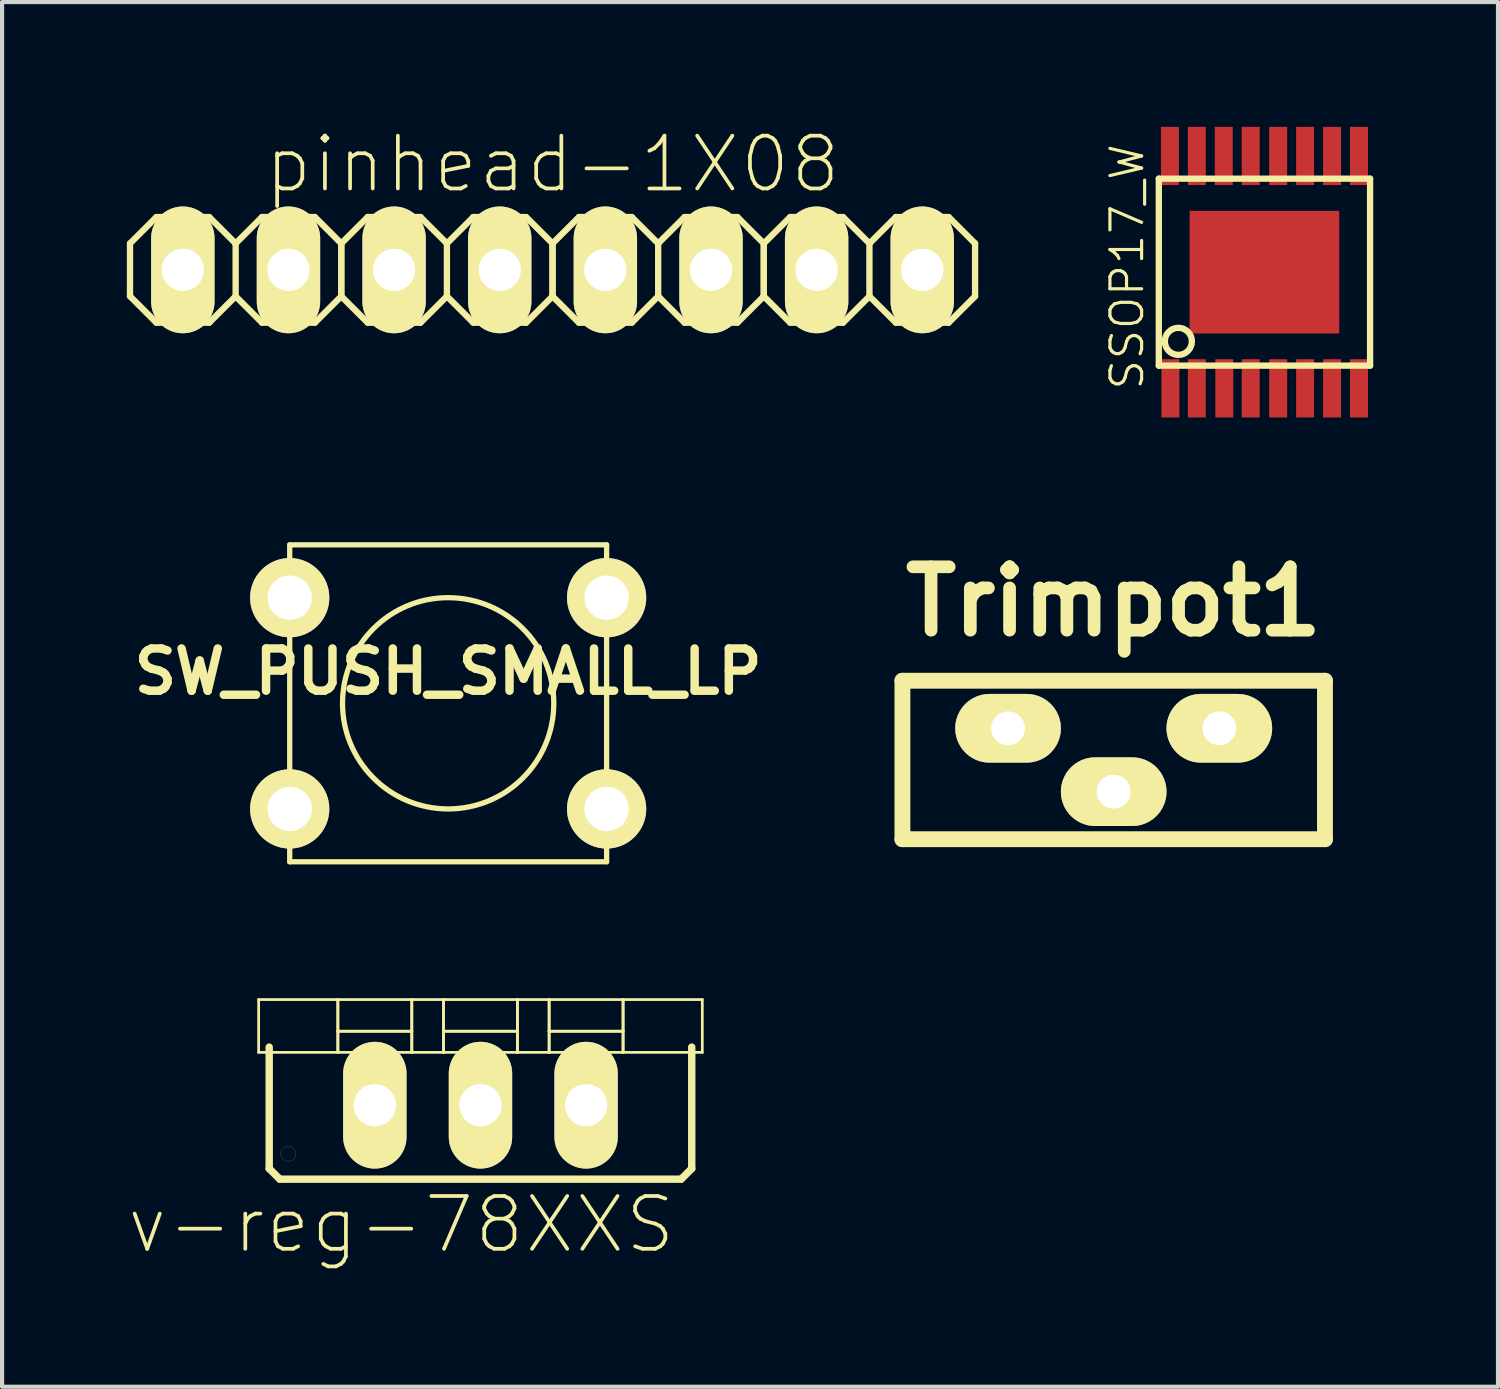
<source format=kicad_pcb>
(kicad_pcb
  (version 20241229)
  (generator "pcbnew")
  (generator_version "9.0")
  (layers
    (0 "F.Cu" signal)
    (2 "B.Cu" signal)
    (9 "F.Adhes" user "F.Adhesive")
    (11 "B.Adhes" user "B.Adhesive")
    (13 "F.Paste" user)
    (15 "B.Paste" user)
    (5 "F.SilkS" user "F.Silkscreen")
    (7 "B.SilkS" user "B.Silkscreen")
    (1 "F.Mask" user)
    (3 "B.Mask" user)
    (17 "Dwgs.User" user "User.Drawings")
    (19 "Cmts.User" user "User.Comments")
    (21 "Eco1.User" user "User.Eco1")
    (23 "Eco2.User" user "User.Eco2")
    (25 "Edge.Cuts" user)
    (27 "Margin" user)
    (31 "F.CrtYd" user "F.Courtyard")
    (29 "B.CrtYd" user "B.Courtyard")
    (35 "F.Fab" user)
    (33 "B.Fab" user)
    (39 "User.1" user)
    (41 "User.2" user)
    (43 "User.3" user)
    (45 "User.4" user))
  (footprint "SSOP17_W"
    (layer "F.Cu")
    (at 27.354 3.494)
    (property "Reference" "SSOP17_W" (at -3.302 -0.127 90) (layer "F.SilkS") (effects (font (size 0.762 0.762) (thickness 0.076))))
    (attr smd)
    (fp_line (start -2.54 -2.248) (end -2.54 2.248) (stroke (width 0.152) (type solid)) (layer "F.SilkS"))
    (fp_line (start -2.54 2.248) (end 2.54 2.248) (stroke (width 0.152) (type solid)) (layer "F.SilkS"))
    (fp_line (start 2.54 -2.248) (end -2.54 -2.248) (stroke (width 0.152) (type solid)) (layer "F.SilkS"))
    (fp_line (start 2.54 2.248) (end 2.54 -2.248) (stroke (width 0.152) (type solid)) (layer "F.SilkS"))
    (fp_circle (center -2.07 1.664) (end -2.273 1.918) (stroke (width 0.152) (type solid)) (fill no) (layer "F.SilkS"))
    (pad "1" smd rect (at -2.261 2.794) (size 0.432 1.4) (layers "F.Cu" "F.Mask" "F.Paste"))
    (pad "2" smd rect (at -1.626 2.794) (size 0.432 1.4) (layers "F.Cu" "F.Mask" "F.Paste"))
    (pad "3" smd rect (at -0.965 2.794) (size 0.432 1.4) (layers "F.Cu" "F.Mask" "F.Paste"))
    (pad "4" smd rect (at -0.33 2.794) (size 0.432 1.4) (layers "F.Cu" "F.Mask" "F.Paste"))
    (pad "5" smd rect (at 0.33 2.794) (size 0.432 1.4) (layers "F.Cu" "F.Mask" "F.Paste"))
    (pad "6" smd rect (at 0.978 2.794) (size 0.432 1.4) (layers "F.Cu" "F.Mask" "F.Paste"))
    (pad "7" smd rect (at 1.626 2.794) (size 0.432 1.4) (layers "F.Cu" "F.Mask" "F.Paste"))
    (pad "8" smd rect (at 2.273 2.794) (size 0.432 1.4) (layers "F.Cu" "F.Mask" "F.Paste"))
    (pad "9" smd rect (at 2.273 -2.794) (size 0.432 1.4) (layers "F.Cu" "F.Mask" "F.Paste"))
    (pad "10" smd rect (at 1.626 -2.794) (size 0.432 1.4) (layers "F.Cu" "F.Mask" "F.Paste"))
    (pad "11" smd rect (at 0.978 -2.794) (size 0.432 1.4) (layers "F.Cu" "F.Mask" "F.Paste"))
    (pad "12" smd rect (at 0.33 -2.794) (size 0.432 1.4) (layers "F.Cu" "F.Mask" "F.Paste"))
    (pad "13" smd rect (at -0.33 -2.794) (size 0.432 1.4) (layers "F.Cu" "F.Mask" "F.Paste"))
    (pad "14" smd rect (at -0.978 -2.794) (size 0.432 1.4) (layers "F.Cu" "F.Mask" "F.Paste"))
    (pad "15" smd rect (at -1.626 -2.794) (size 0.432 1.4) (layers "F.Cu" "F.Mask" "F.Paste"))
    (pad "16" smd rect (at -2.273 -2.794) (size 0.432 1.4) (layers "F.Cu" "F.Mask" "F.Paste"))
    (pad "17" smd rect (at 0 0) (size 3.599 2.949) (layers "F.Cu" "F.Mask" "F.Paste")))
  (footprint "SW_PUSH_SMALL_LP"
    (layer "F.Cu")
    (at 7.726 13.861)
    (property "Reference" "SW_PUSH_SMALL_LP" (at 0 -0.762 0) (layer "F.SilkS") (effects (font (size 1.016 1.016) (thickness 0.203))))
    (attr through_hole)
    (fp_line (start -3.81 -3.81) (end -3.81 3.81) (stroke (width 0.127) (type solid)) (layer "F.SilkS"))
    (fp_line (start -3.81 -3.81) (end 3.81 -3.81) (stroke (width 0.127) (type solid)) (layer "F.SilkS"))
    (fp_line (start 3.81 -3.81) (end 3.81 3.81) (stroke (width 0.127) (type solid)) (layer "F.SilkS"))
    (fp_line (start 3.81 3.81) (end -3.81 3.81) (stroke (width 0.127) (type solid)) (layer "F.SilkS"))
    (fp_circle (center 0 0) (end 0 -2.54) (stroke (width 0.127) (type solid)) (fill no) (layer "F.SilkS"))
    (pad "1" thru_hole circle (at -3.81 -2.54) (size 1.905 1.905) (drill 1.067) (layers "*.Cu" "*.Mask" "F.SilkS"))
    (pad "1" thru_hole circle (at 3.81 -2.54) (size 1.905 1.905) (drill 1.067) (layers "*.Cu" "*.Mask" "F.SilkS"))
    (pad "2" thru_hole circle (at -3.81 2.54) (size 1.905 1.905) (drill 1.067) (layers "*.Cu" "*.Mask" "F.SilkS"))
    (pad "2" thru_hole circle (at 3.81 2.54) (size 1.905 1.905) (drill 1.067) (layers "*.Cu" "*.Mask" "F.SilkS")))
  (footprint "Trimpot1"
    (layer "F.Cu")
    (at 23.729 15.224)
    (property "Reference" "Trimpot1" (at 0 -3.81 0) (layer "F.SilkS") (effects (font (size 1.524 1.524) (thickness 0.305))))
    (attr through_hole)
    (fp_line (start -5.08 -1.905) (end 5.08 -1.905) (stroke (width 0.381) (type solid)) (layer "F.SilkS"))
    (fp_line (start -5.08 1.905) (end -5.08 -1.905) (stroke (width 0.381) (type solid)) (layer "F.SilkS"))
    (fp_line (start 5.08 -1.905) (end 5.08 1.905) (stroke (width 0.381) (type solid)) (layer "F.SilkS"))
    (fp_line (start 5.08 1.905) (end -5.08 1.905) (stroke (width 0.381) (type solid)) (layer "F.SilkS"))
    (pad "1" thru_hole oval (at -2.54 -0.762) (size 2.54 1.651) (drill 0.813) (layers "*.Cu" "*.Mask" "F.SilkS"))
    (pad "2" thru_hole oval (at 0 0.762) (size 2.54 1.651) (drill 0.813) (layers "*.Cu" "*.Mask" "F.SilkS"))
    (pad "3" thru_hole oval (at 2.54 -0.762) (size 2.54 1.651) (drill 0.813) (layers "*.Cu" "*.Mask" "F.SilkS")))
  (footprint "v-reg-78XXS"
    (layer "F.Cu")
    (at 8.503 20.985)
    (property "Reference" "v-reg-78XXS" (at -1.905 5.41 0) (layer "F.SilkS") (effects (font (size 1.27 1.27) (thickness 0.089))))
    (attr exclude_from_pos_files exclude_from_bom)
    (fp_line (start -5.334 0) (end -3.429 0) (stroke (width 0.066) (type solid)) (layer "F.SilkS"))
    (fp_line (start -5.334 1.27) (end -5.334 0) (stroke (width 0.066) (type solid)) (layer "F.SilkS"))
    (fp_line (start -5.334 1.27) (end -3.429 1.27) (stroke (width 0.066) (type solid)) (layer "F.SilkS"))
    (fp_line (start -5.08 4.064) (end -5.08 1.143) (stroke (width 0.178) (type solid)) (layer "F.SilkS"))
    (fp_line (start -5.08 4.064) (end -4.826 4.318) (stroke (width 0.178) (type solid)) (layer "F.SilkS"))
    (fp_line (start -3.429 0) (end -1.651 0) (stroke (width 0.066) (type solid)) (layer "F.SilkS"))
    (fp_line (start -3.429 0.762) (end -3.429 0) (stroke (width 0.066) (type solid)) (layer "F.SilkS"))
    (fp_line (start -3.429 0.762) (end -1.651 0.762) (stroke (width 0.066) (type solid)) (layer "F.SilkS"))
    (fp_line (start -3.429 0.762) (end -1.651 0.762) (stroke (width 0.066) (type solid)) (layer "F.SilkS"))
    (fp_line (start -3.429 1.27) (end -3.429 0) (stroke (width 0.066) (type solid)) (layer "F.SilkS"))
    (fp_line (start -3.429 1.27) (end -3.429 0.762) (stroke (width 0.066) (type solid)) (layer "F.SilkS"))
    (fp_line (start -3.429 1.27) (end -1.651 1.27) (stroke (width 0.066) (type solid)) (layer "F.SilkS"))
    (fp_line (start -1.651 0) (end -0.889 0) (stroke (width 0.066) (type solid)) (layer "F.SilkS"))
    (fp_line (start -1.651 0.762) (end -1.651 0) (stroke (width 0.066) (type solid)) (layer "F.SilkS"))
    (fp_line (start -1.651 1.27) (end -1.651 0) (stroke (width 0.066) (type solid)) (layer "F.SilkS"))
    (fp_line (start -1.651 1.27) (end -1.651 0.762) (stroke (width 0.066) (type solid)) (layer "F.SilkS"))
    (fp_line (start -1.651 1.27) (end -0.889 1.27) (stroke (width 0.066) (type solid)) (layer "F.SilkS"))
    (fp_line (start -0.889 0) (end 0.889 0) (stroke (width 0.066) (type solid)) (layer "F.SilkS"))
    (fp_line (start -0.889 0.762) (end -0.889 0) (stroke (width 0.066) (type solid)) (layer "F.SilkS"))
    (fp_line (start -0.889 0.762) (end 0.889 0.762) (stroke (width 0.066) (type solid)) (layer "F.SilkS"))
    (fp_line (start -0.889 0.762) (end 0.889 0.762) (stroke (width 0.066) (type solid)) (layer "F.SilkS"))
    (fp_line (start -0.889 1.27) (end -0.889 0) (stroke (width 0.066) (type solid)) (layer "F.SilkS"))
    (fp_line (start -0.889 1.27) (end -0.889 0.762) (stroke (width 0.066) (type solid)) (layer "F.SilkS"))
    (fp_line (start -0.889 1.27) (end 0.889 1.27) (stroke (width 0.066) (type solid)) (layer "F.SilkS"))
    (fp_line (start 0.889 0) (end 1.651 0) (stroke (width 0.066) (type solid)) (layer "F.SilkS"))
    (fp_line (start 0.889 0.762) (end 0.889 0) (stroke (width 0.066) (type solid)) (layer "F.SilkS"))
    (fp_line (start 0.889 1.27) (end 0.889 0) (stroke (width 0.066) (type solid)) (layer "F.SilkS"))
    (fp_line (start 0.889 1.27) (end 0.889 0.762) (stroke (width 0.066) (type solid)) (layer "F.SilkS"))
    (fp_line (start 0.889 1.27) (end 1.651 1.27) (stroke (width 0.066) (type solid)) (layer "F.SilkS"))
    (fp_line (start 1.651 0) (end 3.429 0) (stroke (width 0.066) (type solid)) (layer "F.SilkS"))
    (fp_line (start 1.651 0.762) (end 1.651 0) (stroke (width 0.066) (type solid)) (layer "F.SilkS"))
    (fp_line (start 1.651 0.762) (end 3.429 0.762) (stroke (width 0.066) (type solid)) (layer "F.SilkS"))
    (fp_line (start 1.651 0.762) (end 3.429 0.762) (stroke (width 0.066) (type solid)) (layer "F.SilkS"))
    (fp_line (start 1.651 1.27) (end 1.651 0) (stroke (width 0.066) (type solid)) (layer "F.SilkS"))
    (fp_line (start 1.651 1.27) (end 1.651 0.762) (stroke (width 0.066) (type solid)) (layer "F.SilkS"))
    (fp_line (start 1.651 1.27) (end 3.429 1.27) (stroke (width 0.066) (type solid)) (layer "F.SilkS"))
    (fp_line (start 3.429 0) (end 5.334 0) (stroke (width 0.066) (type solid)) (layer "F.SilkS"))
    (fp_line (start 3.429 0.762) (end 3.429 0) (stroke (width 0.066) (type solid)) (layer "F.SilkS"))
    (fp_line (start 3.429 1.27) (end 3.429 0) (stroke (width 0.066) (type solid)) (layer "F.SilkS"))
    (fp_line (start 3.429 1.27) (end 3.429 0.762) (stroke (width 0.066) (type solid)) (layer "F.SilkS"))
    (fp_line (start 3.429 1.27) (end 5.334 1.27) (stroke (width 0.066) (type solid)) (layer "F.SilkS"))
    (fp_line (start 4.826 4.318) (end -4.826 4.318) (stroke (width 0.178) (type solid)) (layer "F.SilkS"))
    (fp_line (start 4.826 4.318) (end 5.08 4.064) (stroke (width 0.178) (type solid)) (layer "F.SilkS"))
    (fp_line (start 5.08 1.143) (end 5.08 4.064) (stroke (width 0.178) (type solid)) (layer "F.SilkS"))
    (fp_line (start 5.334 1.27) (end 5.334 0) (stroke (width 0.066) (type solid)) (layer "F.SilkS"))
    (fp_circle (center -4.623 3.708) (end -4.75 3.835) (stroke (width 0.003) (type solid)) (fill no) (layer "F.SilkS"))
    (fp_text user "O" (at 2.54 3.175 0) (layer "F.SilkS") (effects (font (size 1.27 1.27) (thickness 0.089))))
    (fp_text user "I" (at -2.54 3.175 0) (layer "F.SilkS") (effects (font (size 1.27 1.27) (thickness 0.089))))
    (fp_text user "-" (at 0 3.175 0) (layer "F.SilkS") (effects (font (size 1.27 1.27) (thickness 0.089))))
    (pad "GND" thru_hole oval (at 0 2.54) (size 1.524 3.048) (drill 1.016) (layers "*.Cu" "F.Mask" "F.SilkS" "F.Paste"))
    (pad "IN" thru_hole oval (at -2.54 2.54) (size 1.524 3.048) (drill 1.016) (layers "*.Cu" "F.Mask" "F.SilkS" "F.Paste"))
    (pad "OUT" thru_hole oval (at 2.54 2.54) (size 1.524 3.048) (drill 1.016) (layers "*.Cu" "F.Mask" "F.SilkS" "F.Paste")))
  (footprint "pinhead-1X08"
    (layer "F.Cu")
    (at 10.236 3.439)
    (property "Reference" "pinhead-1X08" (at 0 -2.54 0) (layer "F.SilkS") (effects (font (size 1.27 1.27) (thickness 0.089))))
    (attr exclude_from_pos_files exclude_from_bom)
    (fp_line (start -10.16 -0.635) (end -10.16 0.635) (stroke (width 0.152) (type solid)) (layer "F.SilkS"))
    (fp_line (start -10.16 0.635) (end -9.525 1.27) (stroke (width 0.152) (type solid)) (layer "F.SilkS"))
    (fp_line (start -9.525 -1.27) (end -10.16 -0.635) (stroke (width 0.152) (type solid)) (layer "F.SilkS"))
    (fp_line (start -9.525 -1.27) (end -8.255 -1.27) (stroke (width 0.152) (type solid)) (layer "F.SilkS"))
    (fp_line (start -9.144 -0.254) (end -8.636 -0.254) (stroke (width 0.066) (type solid)) (layer "F.SilkS"))
    (fp_line (start -9.144 0.254) (end -9.144 -0.254) (stroke (width 0.066) (type solid)) (layer "F.SilkS"))
    (fp_line (start -9.144 0.254) (end -8.636 0.254) (stroke (width 0.066) (type solid)) (layer "F.SilkS"))
    (fp_line (start -8.636 0.254) (end -8.636 -0.254) (stroke (width 0.066) (type solid)) (layer "F.SilkS"))
    (fp_line (start -8.255 -1.27) (end -7.62 -0.635) (stroke (width 0.152) (type solid)) (layer "F.SilkS"))
    (fp_line (start -8.255 1.27) (end -9.525 1.27) (stroke (width 0.152) (type solid)) (layer "F.SilkS"))
    (fp_line (start -7.62 -0.635) (end -7.62 0.635) (stroke (width 0.152) (type solid)) (layer "F.SilkS"))
    (fp_line (start -7.62 -0.635) (end -6.985 -1.27) (stroke (width 0.152) (type solid)) (layer "F.SilkS"))
    (fp_line (start -7.62 0.635) (end -8.255 1.27) (stroke (width 0.152) (type solid)) (layer "F.SilkS"))
    (fp_line (start -6.985 -1.27) (end -5.715 -1.27) (stroke (width 0.152) (type solid)) (layer "F.SilkS"))
    (fp_line (start -6.985 1.27) (end -7.62 0.635) (stroke (width 0.152) (type solid)) (layer "F.SilkS"))
    (fp_line (start -6.604 -0.254) (end -6.096 -0.254) (stroke (width 0.066) (type solid)) (layer "F.SilkS"))
    (fp_line (start -6.604 0.254) (end -6.604 -0.254) (stroke (width 0.066) (type solid)) (layer "F.SilkS"))
    (fp_line (start -6.604 0.254) (end -6.096 0.254) (stroke (width 0.066) (type solid)) (layer "F.SilkS"))
    (fp_line (start -6.096 0.254) (end -6.096 -0.254) (stroke (width 0.066) (type solid)) (layer "F.SilkS"))
    (fp_line (start -5.715 -1.27) (end -5.08 -0.635) (stroke (width 0.152) (type solid)) (layer "F.SilkS"))
    (fp_line (start -5.715 1.27) (end -6.985 1.27) (stroke (width 0.152) (type solid)) (layer "F.SilkS"))
    (fp_line (start -5.08 -0.635) (end -5.08 0.635) (stroke (width 0.152) (type solid)) (layer "F.SilkS"))
    (fp_line (start -5.08 -0.635) (end -5.08 0.635) (stroke (width 0.152) (type solid)) (layer "F.SilkS"))
    (fp_line (start -5.08 0.635) (end -5.715 1.27) (stroke (width 0.152) (type solid)) (layer "F.SilkS"))
    (fp_line (start -5.08 0.635) (end -4.445 1.27) (stroke (width 0.152) (type solid)) (layer "F.SilkS"))
    (fp_line (start -4.445 -1.27) (end -5.08 -0.635) (stroke (width 0.152) (type solid)) (layer "F.SilkS"))
    (fp_line (start -4.445 -1.27) (end -3.175 -1.27) (stroke (width 0.152) (type solid)) (layer "F.SilkS"))
    (fp_line (start -4.064 -0.254) (end -3.556 -0.254) (stroke (width 0.066) (type solid)) (layer "F.SilkS"))
    (fp_line (start -4.064 0.254) (end -4.064 -0.254) (stroke (width 0.066) (type solid)) (layer "F.SilkS"))
    (fp_line (start -4.064 0.254) (end -3.556 0.254) (stroke (width 0.066) (type solid)) (layer "F.SilkS"))
    (fp_line (start -3.556 0.254) (end -3.556 -0.254) (stroke (width 0.066) (type solid)) (layer "F.SilkS"))
    (fp_line (start -3.175 -1.27) (end -2.54 -0.635) (stroke (width 0.152) (type solid)) (layer "F.SilkS"))
    (fp_line (start -3.175 1.27) (end -4.445 1.27) (stroke (width 0.152) (type solid)) (layer "F.SilkS"))
    (fp_line (start -2.54 -0.635) (end -2.54 0.635) (stroke (width 0.152) (type solid)) (layer "F.SilkS"))
    (fp_line (start -2.54 -0.635) (end -1.905 -1.27) (stroke (width 0.152) (type solid)) (layer "F.SilkS"))
    (fp_line (start -2.54 0.635) (end -3.175 1.27) (stroke (width 0.152) (type solid)) (layer "F.SilkS"))
    (fp_line (start -1.905 -1.27) (end -0.635 -1.27) (stroke (width 0.152) (type solid)) (layer "F.SilkS"))
    (fp_line (start -1.905 1.27) (end -2.54 0.635) (stroke (width 0.152) (type solid)) (layer "F.SilkS"))
    (fp_line (start -1.524 -0.254) (end -1.016 -0.254) (stroke (width 0.066) (type solid)) (layer "F.SilkS"))
    (fp_line (start -1.524 0.254) (end -1.524 -0.254) (stroke (width 0.066) (type solid)) (layer "F.SilkS"))
    (fp_line (start -1.524 0.254) (end -1.016 0.254) (stroke (width 0.066) (type solid)) (layer "F.SilkS"))
    (fp_line (start -1.016 0.254) (end -1.016 -0.254) (stroke (width 0.066) (type solid)) (layer "F.SilkS"))
    (fp_line (start -0.635 -1.27) (end 0 -0.635) (stroke (width 0.152) (type solid)) (layer "F.SilkS"))
    (fp_line (start -0.635 1.27) (end -1.905 1.27) (stroke (width 0.152) (type solid)) (layer "F.SilkS"))
    (fp_line (start 0 -0.635) (end 0 0.635) (stroke (width 0.152) (type solid)) (layer "F.SilkS"))
    (fp_line (start 0 -0.635) (end 0 0.635) (stroke (width 0.152) (type solid)) (layer "F.SilkS"))
    (fp_line (start 0 0.635) (end -0.635 1.27) (stroke (width 0.152) (type solid)) (layer "F.SilkS"))
    (fp_line (start 0 0.635) (end 0.635 1.27) (stroke (width 0.152) (type solid)) (layer "F.SilkS"))
    (fp_line (start 0.635 -1.27) (end 0 -0.635) (stroke (width 0.152) (type solid)) (layer "F.SilkS"))
    (fp_line (start 0.635 -1.27) (end 1.905 -1.27) (stroke (width 0.152) (type solid)) (layer "F.SilkS"))
    (fp_line (start 1.016 -0.254) (end 1.524 -0.254) (stroke (width 0.066) (type solid)) (layer "F.SilkS"))
    (fp_line (start 1.016 0.254) (end 1.016 -0.254) (stroke (width 0.066) (type solid)) (layer "F.SilkS"))
    (fp_line (start 1.016 0.254) (end 1.524 0.254) (stroke (width 0.066) (type solid)) (layer "F.SilkS"))
    (fp_line (start 1.524 0.254) (end 1.524 -0.254) (stroke (width 0.066) (type solid)) (layer "F.SilkS"))
    (fp_line (start 1.905 -1.27) (end 2.54 -0.635) (stroke (width 0.152) (type solid)) (layer "F.SilkS"))
    (fp_line (start 1.905 1.27) (end 0.635 1.27) (stroke (width 0.152) (type solid)) (layer "F.SilkS"))
    (fp_line (start 2.54 -0.635) (end 2.54 0.635) (stroke (width 0.152) (type solid)) (layer "F.SilkS"))
    (fp_line (start 2.54 -0.635) (end 3.175 -1.27) (stroke (width 0.152) (type solid)) (layer "F.SilkS"))
    (fp_line (start 2.54 0.635) (end 1.905 1.27) (stroke (width 0.152) (type solid)) (layer "F.SilkS"))
    (fp_line (start 3.175 -1.27) (end 4.445 -1.27) (stroke (width 0.152) (type solid)) (layer "F.SilkS"))
    (fp_line (start 3.175 1.27) (end 2.54 0.635) (stroke (width 0.152) (type solid)) (layer "F.SilkS"))
    (fp_line (start 3.556 -0.254) (end 4.064 -0.254) (stroke (width 0.066) (type solid)) (layer "F.SilkS"))
    (fp_line (start 3.556 0.254) (end 3.556 -0.254) (stroke (width 0.066) (type solid)) (layer "F.SilkS"))
    (fp_line (start 3.556 0.254) (end 4.064 0.254) (stroke (width 0.066) (type solid)) (layer "F.SilkS"))
    (fp_line (start 4.064 0.254) (end 4.064 -0.254) (stroke (width 0.066) (type solid)) (layer "F.SilkS"))
    (fp_line (start 4.445 -1.27) (end 5.08 -0.635) (stroke (width 0.152) (type solid)) (layer "F.SilkS"))
    (fp_line (start 4.445 1.27) (end 3.175 1.27) (stroke (width 0.152) (type solid)) (layer "F.SilkS"))
    (fp_line (start 5.08 -0.635) (end 5.08 0.635) (stroke (width 0.152) (type solid)) (layer "F.SilkS"))
    (fp_line (start 5.08 -0.635) (end 5.08 0.635) (stroke (width 0.152) (type solid)) (layer "F.SilkS"))
    (fp_line (start 5.08 0.635) (end 4.445 1.27) (stroke (width 0.152) (type solid)) (layer "F.SilkS"))
    (fp_line (start 5.08 0.635) (end 5.715 1.27) (stroke (width 0.152) (type solid)) (layer "F.SilkS"))
    (fp_line (start 5.715 -1.27) (end 5.08 -0.635) (stroke (width 0.152) (type solid)) (layer "F.SilkS"))
    (fp_line (start 5.715 -1.27) (end 6.985 -1.27) (stroke (width 0.152) (type solid)) (layer "F.SilkS"))
    (fp_line (start 6.096 -0.254) (end 6.604 -0.254) (stroke (width 0.066) (type solid)) (layer "F.SilkS"))
    (fp_line (start 6.096 0.254) (end 6.096 -0.254) (stroke (width 0.066) (type solid)) (layer "F.SilkS"))
    (fp_line (start 6.096 0.254) (end 6.604 0.254) (stroke (width 0.066) (type solid)) (layer "F.SilkS"))
    (fp_line (start 6.604 0.254) (end 6.604 -0.254) (stroke (width 0.066) (type solid)) (layer "F.SilkS"))
    (fp_line (start 6.985 -1.27) (end 7.62 -0.635) (stroke (width 0.152) (type solid)) (layer "F.SilkS"))
    (fp_line (start 6.985 1.27) (end 5.715 1.27) (stroke (width 0.152) (type solid)) (layer "F.SilkS"))
    (fp_line (start 7.62 -0.635) (end 7.62 0.635) (stroke (width 0.152) (type solid)) (layer "F.SilkS"))
    (fp_line (start 7.62 -0.635) (end 8.255 -1.27) (stroke (width 0.152) (type solid)) (layer "F.SilkS"))
    (fp_line (start 7.62 0.635) (end 6.985 1.27) (stroke (width 0.152) (type solid)) (layer "F.SilkS"))
    (fp_line (start 8.255 -1.27) (end 9.525 -1.27) (stroke (width 0.152) (type solid)) (layer "F.SilkS"))
    (fp_line (start 8.255 1.27) (end 7.62 0.635) (stroke (width 0.152) (type solid)) (layer "F.SilkS"))
    (fp_line (start 8.636 -0.254) (end 9.144 -0.254) (stroke (width 0.066) (type solid)) (layer "F.SilkS"))
    (fp_line (start 8.636 0.254) (end 8.636 -0.254) (stroke (width 0.066) (type solid)) (layer "F.SilkS"))
    (fp_line (start 8.636 0.254) (end 9.144 0.254) (stroke (width 0.066) (type solid)) (layer "F.SilkS"))
    (fp_line (start 9.144 0.254) (end 9.144 -0.254) (stroke (width 0.066) (type solid)) (layer "F.SilkS"))
    (fp_line (start 9.525 -1.27) (end 10.16 -0.635) (stroke (width 0.152) (type solid)) (layer "F.SilkS"))
    (fp_line (start 9.525 1.27) (end 8.255 1.27) (stroke (width 0.152) (type solid)) (layer "F.SilkS"))
    (fp_line (start 10.16 -0.635) (end 10.16 0.635) (stroke (width 0.152) (type solid)) (layer "F.SilkS"))
    (fp_line (start 10.16 0.635) (end 9.525 1.27) (stroke (width 0.152) (type solid)) (layer "F.SilkS"))
    (pad "1" thru_hole oval (at -8.89 0) (size 1.524 3.048) (drill 1.016) (layers "*.Cu" "*.Mask" "F.SilkS"))
    (pad "2" thru_hole oval (at -6.35 0) (size 1.524 3.048) (drill 1.016) (layers "*.Cu" "*.Mask" "F.SilkS"))
    (pad "3" thru_hole oval (at -3.81 0) (size 1.524 3.048) (drill 1.016) (layers "*.Cu" "*.Mask" "F.SilkS"))
    (pad "4" thru_hole oval (at -1.27 0) (size 1.524 3.048) (drill 1.016) (layers "*.Cu" "*.Mask" "F.SilkS"))
    (pad "5" thru_hole oval (at 1.27 0) (size 1.524 3.048) (drill 1.016) (layers "*.Cu" "*.Mask" "F.SilkS"))
    (pad "6" thru_hole oval (at 3.81 0) (size 1.524 3.048) (drill 1.016) (layers "*.Cu" "*.Mask" "F.SilkS"))
    (pad "7" thru_hole oval (at 6.35 0) (size 1.524 3.048) (drill 1.016) (layers "*.Cu" "*.Mask" "F.SilkS"))
    (pad "8" thru_hole oval (at 8.89 0) (size 1.524 3.048) (drill 1.016) (layers "*.Cu" "*.Mask" "F.SilkS")))
  (gr_rect
    (start -3 -3)
    (end 32.97 30.294)
    (stroke (width 0.1) (type default))
    (fill no)
    (layer "Edge.Cuts")))
</source>
